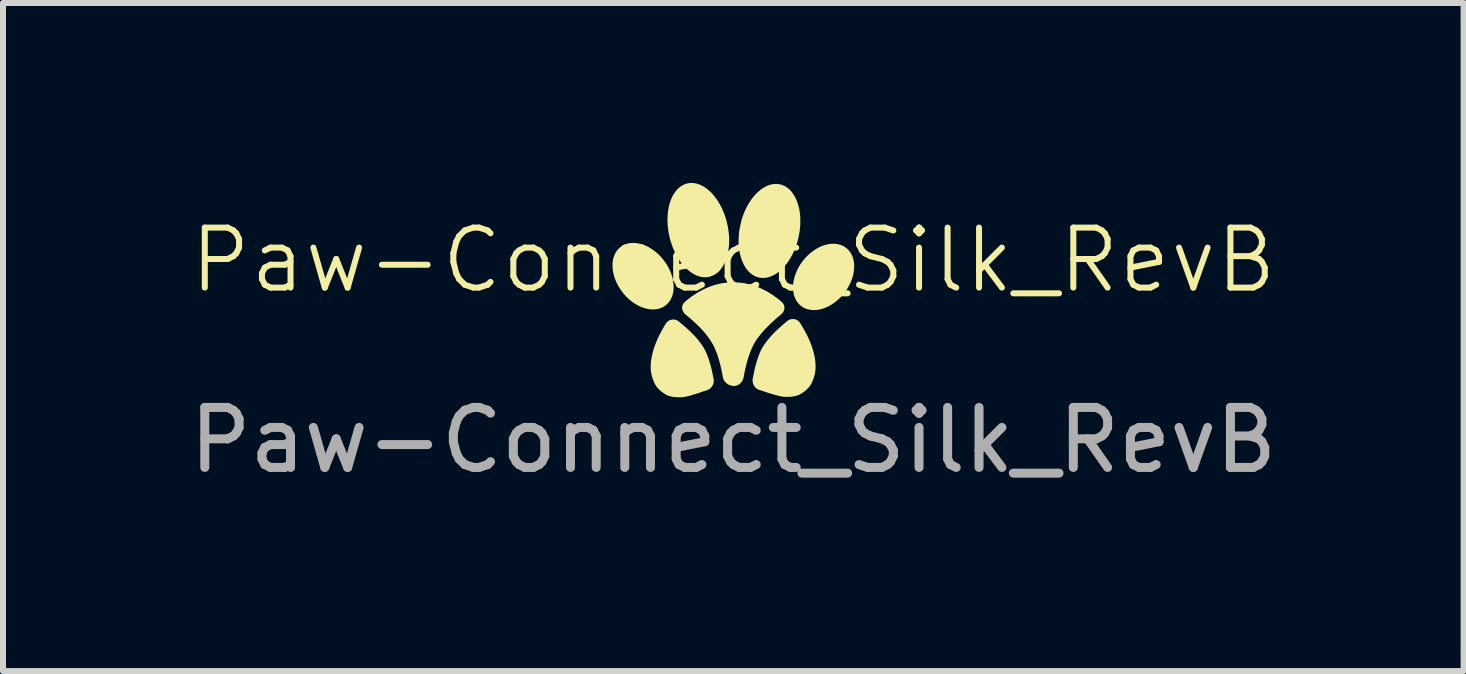
<source format=kicad_pcb>
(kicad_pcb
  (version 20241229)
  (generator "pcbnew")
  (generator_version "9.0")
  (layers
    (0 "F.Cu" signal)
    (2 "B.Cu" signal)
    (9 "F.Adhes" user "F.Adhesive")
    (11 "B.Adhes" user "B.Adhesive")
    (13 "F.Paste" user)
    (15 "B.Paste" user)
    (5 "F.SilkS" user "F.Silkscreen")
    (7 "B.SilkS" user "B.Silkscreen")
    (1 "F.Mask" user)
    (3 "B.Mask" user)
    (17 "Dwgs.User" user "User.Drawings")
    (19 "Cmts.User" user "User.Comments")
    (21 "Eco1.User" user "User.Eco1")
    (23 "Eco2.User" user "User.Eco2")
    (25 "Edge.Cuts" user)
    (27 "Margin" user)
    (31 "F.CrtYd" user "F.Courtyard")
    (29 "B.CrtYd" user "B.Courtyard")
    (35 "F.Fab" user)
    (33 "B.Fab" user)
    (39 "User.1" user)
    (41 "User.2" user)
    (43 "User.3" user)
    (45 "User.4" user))
  (footprint "Paw-Connect_Silk_RevB"
    (layer "F.Cu")
    (at 9.173 1.786)
    (property "Reference" "Paw-Connect_Silk_RevB" (at 0 -0.5 0) (unlocked yes) (layer "F.SilkS") (effects (font (size 1 1) (thickness 0.1))))
    (attr board_only exclude_from_pos_files exclude_from_bom allow_missing_courtyard)
    (fp_poly (pts (xy -0.681 -1.786) (xy -0.656 -1.784) (xy -0.63 -1.78) (xy -0.605 -1.774) (xy -0.58 -1.766) (xy -0.555 -1.757) (xy -0.53 -1.745) (xy -0.506 -1.732) (xy -0.481 -1.718) (xy -0.457 -1.701) (xy -0.433 -1.683) (xy -0.41 -1.664) (xy -0.387 -1.643) (xy -0.364 -1.621) (xy -0.342 -1.597) (xy -0.321 -1.571) (xy -0.3 -1.545) (xy -0.279 -1.517) (xy -0.26 -1.488) (xy -0.241 -1.457) (xy -0.223 -1.426) (xy -0.205 -1.393) (xy -0.188 -1.359) (xy -0.173 -1.324) (xy -0.158 -1.288) (xy -0.144 -1.251) (xy -0.131 -1.213) (xy -0.119 -1.174) (xy -0.109 -1.135) (xy -0.091 -1.055) (xy -0.079 -0.976) (xy -0.071 -0.898) (xy -0.069 -0.823) (xy -0.072 -0.749) (xy -0.08 -0.679) (xy -0.092 -0.612) (xy -0.108 -0.548) (xy -0.13 -0.488) (xy -0.155 -0.434) (xy -0.184 -0.384) (xy -0.217 -0.339) (xy -0.235 -0.319) (xy -0.254 -0.301) (xy -0.274 -0.284) (xy -0.295 -0.269) (xy -0.317 -0.256) (xy -0.339 -0.244) (xy -0.363 -0.234) (xy -0.387 -0.226) (xy -0.412 -0.22) (xy -0.436 -0.217) (xy -0.461 -0.215) (xy -0.487 -0.215) (xy -0.512 -0.217) (xy -0.537 -0.221) (xy -0.562 -0.227) (xy -0.587 -0.235) (xy -0.612 -0.244) (xy -0.637 -0.256) (xy -0.662 -0.269) (xy -0.686 -0.283) (xy -0.71 -0.3) (xy -0.734 -0.318) (xy -0.758 -0.337) (xy -0.781 -0.358) (xy -0.803 -0.381) (xy -0.825 -0.404) (xy -0.847 -0.43) (xy -0.868 -0.456) (xy -0.888 -0.484) (xy -0.908 -0.513) (xy -0.927 -0.544) (xy -0.945 -0.576) (xy -0.962 -0.608) (xy -0.979 -0.642) (xy -0.995 -0.677) (xy -1.01 -0.713) (xy -1.023 -0.75) (xy -1.036 -0.788) (xy -1.048 -0.827) (xy -1.059 -0.866) (xy -1.077 -0.946) (xy -1.089 -1.025) (xy -1.096 -1.103) (xy -1.098 -1.178) (xy -1.095 -1.252) (xy -1.088 -1.322) (xy -1.076 -1.39) (xy -1.059 -1.453) (xy -1.038 -1.513) (xy -1.013 -1.568) (xy -0.983 -1.617) (xy -0.95 -1.662) (xy -0.932 -1.682) (xy -0.913 -1.7) (xy -0.893 -1.717) (xy -0.872 -1.732) (xy -0.851 -1.746) (xy -0.828 -1.757) (xy -0.805 -1.767) (xy -0.781 -1.775) (xy -0.756 -1.781) (xy -0.731 -1.785) (xy -0.706 -1.786)) (stroke (width 0) (type solid)) (fill yes) (layer "F.SilkS"))
    (fp_poly (pts (xy 0.727 -1.77) (xy 0.752 -1.767) (xy 0.777 -1.763) (xy 0.802 -1.757) (xy 0.826 -1.748) (xy 0.849 -1.738) (xy 0.872 -1.726) (xy 0.893 -1.712) (xy 0.914 -1.696) (xy 0.934 -1.679) (xy 0.953 -1.66) (xy 0.971 -1.64) (xy 1.004 -1.594) (xy 1.033 -1.544) (xy 1.058 -1.488) (xy 1.079 -1.428) (xy 1.096 -1.364) (xy 1.108 -1.297) (xy 1.115 -1.226) (xy 1.117 -1.153) (xy 1.115 -1.077) (xy 1.108 -1) (xy 1.095 -0.921) (xy 1.077 -0.842) (xy 1.066 -0.802) (xy 1.054 -0.764) (xy 1.041 -0.726) (xy 1.027 -0.689) (xy 1.012 -0.654) (xy 0.996 -0.619) (xy 0.98 -0.586) (xy 0.962 -0.553) (xy 0.944 -0.522) (xy 0.925 -0.492) (xy 0.905 -0.463) (xy 0.885 -0.436) (xy 0.864 -0.41) (xy 0.842 -0.385) (xy 0.82 -0.362) (xy 0.797 -0.34) (xy 0.774 -0.319) (xy 0.751 -0.3) (xy 0.727 -0.283) (xy 0.702 -0.267) (xy 0.678 -0.253) (xy 0.653 -0.241) (xy 0.628 -0.23) (xy 0.603 -0.221) (xy 0.578 -0.214) (xy 0.553 -0.208) (xy 0.528 -0.205) (xy 0.503 -0.203) (xy 0.478 -0.204) (xy 0.453 -0.206) (xy 0.428 -0.211) (xy 0.403 -0.217) (xy 0.379 -0.226) (xy 0.355 -0.236) (xy 0.333 -0.248) (xy 0.311 -0.262) (xy 0.291 -0.278) (xy 0.271 -0.295) (xy 0.252 -0.314) (xy 0.234 -0.334) (xy 0.201 -0.379) (xy 0.172 -0.43) (xy 0.147 -0.485) (xy 0.126 -0.545) (xy 0.109 -0.609) (xy 0.097 -0.677) (xy 0.09 -0.748) (xy 0.087 -0.821) (xy 0.09 -0.897) (xy 0.097 -0.974) (xy 0.11 -1.053) (xy 0.128 -1.132) (xy 0.128 -1.132) (xy 0.138 -1.171) (xy 0.15 -1.21) (xy 0.163 -1.248) (xy 0.177 -1.284) (xy 0.192 -1.32) (xy 0.208 -1.354) (xy 0.225 -1.388) (xy 0.242 -1.42) (xy 0.261 -1.451) (xy 0.28 -1.481) (xy 0.3 -1.51) (xy 0.32 -1.538) (xy 0.341 -1.564) (xy 0.363 -1.588) (xy 0.385 -1.612) (xy 0.408 -1.634) (xy 0.431 -1.654) (xy 0.454 -1.673) (xy 0.478 -1.691) (xy 0.502 -1.706) (xy 0.527 -1.72) (xy 0.551 -1.733) (xy 0.576 -1.744) (xy 0.601 -1.753) (xy 0.626 -1.76) (xy 0.652 -1.765) (xy 0.677 -1.769) (xy 0.702 -1.77)) (stroke (width 0) (type solid)) (fill yes) (layer "F.SilkS"))
    (fp_poly (pts (xy -1.655 -0.787) (xy -1.631 -0.785) (xy -1.607 -0.783) (xy -1.583 -0.779) (xy -1.559 -0.773) (xy -1.535 -0.767) (xy -1.51 -0.759) (xy -1.486 -0.75) (xy -1.461 -0.74) (xy -1.436 -0.729) (xy -1.412 -0.716) (xy -1.388 -0.702) (xy -1.363 -0.687) (xy -1.339 -0.671) (xy -1.316 -0.654) (xy -1.292 -0.635) (xy -1.269 -0.616) (xy -1.246 -0.595) (xy -1.224 -0.573) (xy -1.182 -0.526) (xy -1.144 -0.477) (xy -1.11 -0.427) (xy -1.081 -0.375) (xy -1.055 -0.323) (xy -1.034 -0.27) (xy -1.017 -0.216) (xy -1.005 -0.163) (xy -0.998 -0.111) (xy -0.995 -0.06) (xy -0.995 -0.035) (xy -0.997 -0.01) (xy -0.999 0.015) (xy -1.003 0.038) (xy -1.008 0.062) (xy -1.015 0.084) (xy -1.022 0.106) (xy -1.031 0.128) (xy -1.041 0.148) (xy -1.052 0.168) (xy -1.065 0.187) (xy -1.079 0.205) (xy -1.094 0.222) (xy -1.11 0.238) (xy -1.126 0.252) (xy -1.144 0.265) (xy -1.162 0.276) (xy -1.181 0.287) (xy -1.201 0.295) (xy -1.221 0.303) (xy -1.242 0.309) (xy -1.264 0.314) (xy -1.286 0.318) (xy -1.308 0.32) (xy -1.331 0.322) (xy -1.354 0.321) (xy -1.378 0.32) (xy -1.402 0.317) (xy -1.426 0.313) (xy -1.45 0.308) (xy -1.474 0.302) (xy -1.499 0.294) (xy -1.524 0.285) (xy -1.548 0.275) (xy -1.573 0.264) (xy -1.597 0.251) (xy -1.622 0.237) (xy -1.646 0.222) (xy -1.67 0.206) (xy -1.693 0.189) (xy -1.717 0.17) (xy -1.74 0.15) (xy -1.763 0.129) (xy -1.785 0.107) (xy -1.827 0.061) (xy -1.865 0.012) (xy -1.899 -0.038) (xy -1.929 -0.09) (xy -1.954 -0.142) (xy -1.975 -0.195) (xy -1.992 -0.249) (xy -2.004 -0.302) (xy -2.011 -0.354) (xy -2.014 -0.406) (xy -2.014 -0.431) (xy -2.013 -0.455) (xy -2.01 -0.48) (xy -2.006 -0.504) (xy -2.001 -0.527) (xy -1.994 -0.55) (xy -1.987 -0.572) (xy -1.978 -0.593) (xy -1.968 -0.614) (xy -1.957 -0.633) (xy -1.944 -0.652) (xy -1.93 -0.67) (xy -1.915 -0.687) (xy -1.899 -0.703) (xy -1.883 -0.717) (xy -1.865 -0.73) (xy -1.847 -0.742) (xy -1.828 -0.752) (xy -1.808 -0.761) (xy -1.788 -0.768) (xy -1.767 -0.775) (xy -1.745 -0.78) (xy -1.723 -0.783) (xy -1.701 -0.786) (xy -1.678 -0.787)) (stroke (width 0) (type solid)) (fill yes) (layer "F.SilkS"))
    (fp_poly (pts (xy 1.678 -0.773) (xy 1.701 -0.772) (xy 1.724 -0.769) (xy 1.746 -0.766) (xy 1.767 -0.76) (xy 1.788 -0.754) (xy 1.808 -0.746) (xy 1.828 -0.737) (xy 1.847 -0.727) (xy 1.865 -0.715) (xy 1.883 -0.702) (xy 1.9 -0.688) (xy 1.916 -0.672) (xy 1.931 -0.655) (xy 1.944 -0.637) (xy 1.957 -0.618) (xy 1.968 -0.598) (xy 1.978 -0.577) (xy 1.987 -0.556) (xy 1.995 -0.534) (xy 2.001 -0.511) (xy 2.006 -0.488) (xy 2.01 -0.464) (xy 2.013 -0.439) (xy 2.014 -0.415) (xy 2.014 -0.389) (xy 2.011 -0.338) (xy 2.004 -0.286) (xy 1.992 -0.233) (xy 1.975 -0.18) (xy 1.954 -0.127) (xy 1.928 -0.074) (xy 1.899 -0.023) (xy 1.865 0.027) (xy 1.827 0.075) (xy 1.784 0.122) (xy 1.762 0.144) (xy 1.739 0.164) (xy 1.716 0.184) (xy 1.693 0.202) (xy 1.669 0.219) (xy 1.645 0.235) (xy 1.621 0.25) (xy 1.596 0.264) (xy 1.572 0.276) (xy 1.547 0.287) (xy 1.523 0.297) (xy 1.498 0.306) (xy 1.474 0.314) (xy 1.449 0.32) (xy 1.425 0.325) (xy 1.401 0.329) (xy 1.377 0.331) (xy 1.354 0.332) (xy 1.33 0.332) (xy 1.308 0.331) (xy 1.285 0.328) (xy 1.263 0.324) (xy 1.242 0.319) (xy 1.221 0.313) (xy 1.2 0.305) (xy 1.181 0.296) (xy 1.162 0.286) (xy 1.143 0.274) (xy 1.126 0.261) (xy 1.109 0.247) (xy 1.093 0.231) (xy 1.078 0.214) (xy 1.064 0.196) (xy 1.052 0.177) (xy 1.04 0.157) (xy 1.03 0.136) (xy 1.022 0.115) (xy 1.014 0.092) (xy 1.008 0.07) (xy 1.003 0.046) (xy 0.999 0.023) (xy 0.996 -0.002) (xy 0.995 -0.027) (xy 0.994 -0.052) (xy 0.997 -0.103) (xy 1.005 -0.155) (xy 1.017 -0.208) (xy 1.034 -0.261) (xy 1.055 -0.314) (xy 1.08 -0.367) (xy 1.11 -0.418) (xy 1.144 -0.468) (xy 1.182 -0.517) (xy 1.224 -0.563) (xy 1.247 -0.585) (xy 1.269 -0.605) (xy 1.292 -0.625) (xy 1.316 -0.643) (xy 1.34 -0.661) (xy 1.364 -0.677) (xy 1.388 -0.691) (xy 1.412 -0.705) (xy 1.437 -0.717) (xy 1.461 -0.729) (xy 1.486 -0.738) (xy 1.51 -0.747) (xy 1.535 -0.755) (xy 1.559 -0.761) (xy 1.584 -0.766) (xy 1.608 -0.77) (xy 1.632 -0.772) (xy 1.655 -0.773)) (stroke (width 0) (type solid)) (fill yes) (layer "F.SilkS"))
    (fp_poly (pts (xy -0.996 0.489) (xy -0.988 0.49) (xy -0.981 0.491) (xy -0.974 0.492) (xy -0.967 0.494) (xy -0.96 0.496) (xy -0.953 0.498) (xy -0.946 0.501) (xy -0.939 0.504) (xy -0.932 0.507) (xy -0.926 0.511) (xy -0.919 0.516) (xy -0.913 0.52) (xy -0.913 0.52) (xy -0.913 0.52) (xy -0.913 0.52) (xy -0.913 0.52) (xy -0.913 0.52) (xy -0.913 0.52) (xy -0.913 0.52) (xy -0.913 0.52) (xy -0.913 0.52) (xy -0.913 0.52) (xy -0.913 0.52) (xy -0.913 0.52) (xy -0.913 0.52) (xy -0.913 0.52) (xy -0.913 0.52) (xy -0.913 0.52) (xy -0.913 0.52) (xy -0.913 0.52) (xy -0.913 0.52) (xy -0.881 0.547) (xy -0.848 0.573) (xy -0.816 0.601) (xy -0.784 0.629) (xy -0.753 0.657) (xy -0.722 0.686) (xy -0.692 0.716) (xy -0.662 0.746) (xy -0.639 0.77) (xy -0.614 0.798) (xy -0.588 0.829) (xy -0.563 0.861) (xy -0.538 0.894) (xy -0.526 0.911) (xy -0.515 0.927) (xy -0.504 0.943) (xy -0.495 0.959) (xy -0.486 0.974) (xy -0.478 0.989) (xy -0.464 1.017) (xy -0.451 1.046) (xy -0.438 1.075) (xy -0.427 1.105) (xy -0.416 1.135) (xy -0.405 1.165) (xy -0.387 1.226) (xy -0.37 1.289) (xy -0.355 1.352) (xy -0.342 1.415) (xy -0.329 1.479) (xy -0.328 1.486) (xy -0.327 1.494) (xy -0.326 1.502) (xy -0.326 1.51) (xy -0.326 1.518) (xy -0.327 1.526) (xy -0.328 1.533) (xy -0.329 1.541) (xy -0.33 1.548) (xy -0.332 1.555) (xy -0.335 1.563) (xy -0.337 1.57) (xy -0.34 1.577) (xy -0.343 1.583) (xy -0.35 1.596) (xy -0.359 1.609) (xy -0.368 1.62) (xy -0.378 1.631) (xy -0.389 1.641) (xy -0.395 1.645) (xy -0.401 1.649) (xy -0.408 1.653) (xy -0.414 1.657) (xy -0.421 1.66) (xy -0.428 1.663) (xy -0.435 1.666) (xy -0.442 1.669) (xy -0.49 1.684) (xy -0.537 1.7) (xy -0.633 1.732) (xy -0.68 1.746) (xy -0.728 1.76) (xy -0.752 1.766) (xy -0.777 1.772) (xy -0.801 1.777) (xy -0.825 1.781) (xy -0.84 1.783) (xy -0.856 1.785) (xy -0.873 1.786) (xy -0.891 1.786) (xy -0.909 1.786) (xy -0.928 1.786) (xy -0.947 1.785) (xy -0.967 1.783) (xy -0.986 1.781) (xy -1.005 1.779) (xy -1.024 1.775) (xy -1.042 1.771) (xy -1.059 1.767) (xy -1.076 1.762) (xy -1.091 1.756) (xy -1.106 1.75) (xy -1.118 1.744) (xy -1.13 1.737) (xy -1.142 1.73) (xy -1.154 1.723) (xy -1.165 1.715) (xy -1.177 1.707) (xy -1.188 1.699) (xy -1.199 1.691) (xy -1.209 1.682) (xy -1.22 1.672) (xy -1.23 1.663) (xy -1.24 1.653) (xy -1.25 1.643) (xy -1.259 1.633) (xy -1.268 1.622) (xy -1.277 1.611) (xy -1.287 1.598) (xy -1.296 1.583) (xy -1.305 1.567) (xy -1.314 1.55) (xy -1.322 1.532) (xy -1.33 1.513) (xy -1.338 1.494) (xy -1.345 1.474) (xy -1.351 1.454) (xy -1.357 1.434) (xy -1.362 1.414) (xy -1.366 1.394) (xy -1.37 1.375) (xy -1.373 1.357) (xy -1.375 1.339) (xy -1.377 1.322) (xy -1.378 1.291) (xy -1.377 1.259) (xy -1.376 1.228) (xy -1.373 1.196) (xy -1.369 1.165) (xy -1.365 1.134) (xy -1.359 1.103) (xy -1.352 1.072) (xy -1.344 1.041) (xy -1.336 1.011) (xy -1.327 0.98) (xy -1.317 0.95) (xy -1.295 0.89) (xy -1.271 0.832) (xy -1.257 0.8) (xy -1.241 0.766) (xy -1.223 0.73) (xy -1.203 0.693) (xy -1.183 0.656) (xy -1.164 0.621) (xy -1.144 0.588) (xy -1.126 0.559) (xy -1.124 0.557) (xy -1.123 0.555) (xy -1.123 0.555) (xy -1.122 0.554) (xy -1.118 0.547) (xy -1.113 0.541) (xy -1.108 0.535) (xy -1.103 0.53) (xy -1.097 0.525) (xy -1.091 0.52) (xy -1.085 0.516) (xy -1.079 0.511) (xy -1.073 0.508) (xy -1.066 0.504) (xy -1.06 0.501) (xy -1.053 0.498) (xy -1.046 0.496) (xy -1.039 0.494) (xy -1.032 0.492) (xy -1.025 0.491) (xy -1.018 0.49) (xy -1.01 0.49) (xy -1.003 0.489)) (stroke (width 0) (type solid)) (fill yes) (layer "F.SilkS"))
    (fp_poly (pts (xy 0.998 0.482) (xy 1.005 0.482) (xy 1.013 0.483) (xy 1.02 0.484) (xy 1.027 0.486) (xy 1.034 0.488) (xy 1.041 0.49) (xy 1.048 0.493) (xy 1.054 0.496) (xy 1.061 0.499) (xy 1.067 0.503) (xy 1.073 0.507) (xy 1.079 0.511) (xy 1.085 0.516) (xy 1.091 0.521) (xy 1.096 0.527) (xy 1.101 0.533) (xy 1.106 0.539) (xy 1.111 0.545) (xy 1.111 0.546) (xy 1.112 0.546) (xy 1.113 0.548) (xy 1.114 0.551) (xy 1.133 0.579) (xy 1.152 0.612) (xy 1.172 0.647) (xy 1.193 0.683) (xy 1.212 0.72) (xy 1.231 0.756) (xy 1.247 0.791) (xy 1.262 0.822) (xy 1.286 0.88) (xy 1.308 0.94) (xy 1.318 0.97) (xy 1.327 1) (xy 1.336 1.031) (xy 1.344 1.061) (xy 1.351 1.092) (xy 1.357 1.123) (xy 1.362 1.155) (xy 1.366 1.186) (xy 1.369 1.217) (xy 1.37 1.248) (xy 1.371 1.28) (xy 1.37 1.311) (xy 1.369 1.328) (xy 1.367 1.346) (xy 1.364 1.364) (xy 1.361 1.384) (xy 1.356 1.403) (xy 1.351 1.423) (xy 1.345 1.444) (xy 1.339 1.464) (xy 1.332 1.483) (xy 1.325 1.503) (xy 1.317 1.522) (xy 1.309 1.54) (xy 1.3 1.557) (xy 1.291 1.573) (xy 1.282 1.588) (xy 1.272 1.601) (xy 1.264 1.612) (xy 1.255 1.623) (xy 1.245 1.633) (xy 1.236 1.643) (xy 1.226 1.653) (xy 1.216 1.663) (xy 1.205 1.672) (xy 1.195 1.681) (xy 1.184 1.69) (xy 1.173 1.698) (xy 1.161 1.706) (xy 1.15 1.714) (xy 1.138 1.721) (xy 1.126 1.728) (xy 1.114 1.735) (xy 1.102 1.741) (xy 1.088 1.748) (xy 1.072 1.753) (xy 1.056 1.759) (xy 1.038 1.763) (xy 1.02 1.767) (xy 1.002 1.771) (xy 0.983 1.774) (xy 0.963 1.776) (xy 0.944 1.778) (xy 0.925 1.779) (xy 0.906 1.779) (xy 0.888 1.779) (xy 0.87 1.779) (xy 0.853 1.778) (xy 0.837 1.777) (xy 0.822 1.775) (xy 0.797 1.77) (xy 0.773 1.766) (xy 0.749 1.76) (xy 0.725 1.754) (xy 0.677 1.741) (xy 0.629 1.727) (xy 0.534 1.696) (xy 0.486 1.68) (xy 0.438 1.665) (xy 0.431 1.663) (xy 0.424 1.66) (xy 0.417 1.657) (xy 0.41 1.654) (xy 0.404 1.65) (xy 0.397 1.646) (xy 0.391 1.642) (xy 0.385 1.638) (xy 0.379 1.633) (xy 0.374 1.628) (xy 0.363 1.617) (xy 0.354 1.606) (xy 0.346 1.594) (xy 0.338 1.581) (xy 0.335 1.574) (xy 0.332 1.567) (xy 0.33 1.56) (xy 0.327 1.553) (xy 0.325 1.546) (xy 0.324 1.538) (xy 0.323 1.531) (xy 0.322 1.523) (xy 0.321 1.515) (xy 0.321 1.508) (xy 0.321 1.5) (xy 0.321 1.492) (xy 0.322 1.484) (xy 0.324 1.476) (xy 0.336 1.412) (xy 0.349 1.349) (xy 0.363 1.286) (xy 0.38 1.223) (xy 0.398 1.162) (xy 0.408 1.131) (xy 0.419 1.101) (xy 0.43 1.072) (xy 0.442 1.042) (xy 0.455 1.013) (xy 0.469 0.985) (xy 0.477 0.97) (xy 0.486 0.955) (xy 0.495 0.939) (xy 0.506 0.923) (xy 0.517 0.907) (xy 0.529 0.89) (xy 0.553 0.857) (xy 0.579 0.824) (xy 0.604 0.794) (xy 0.629 0.765) (xy 0.651 0.741) (xy 0.681 0.71) (xy 0.711 0.68) (xy 0.742 0.651) (xy 0.773 0.623) (xy 0.805 0.594) (xy 0.837 0.567) (xy 0.869 0.54) (xy 0.901 0.513) (xy 0.901 0.513) (xy 0.901 0.513) (xy 0.901 0.513) (xy 0.901 0.513) (xy 0.901 0.513) (xy 0.901 0.513) (xy 0.901 0.513) (xy 0.901 0.513) (xy 0.901 0.513) (xy 0.901 0.513) (xy 0.901 0.513) (xy 0.901 0.513) (xy 0.901 0.513) (xy 0.901 0.513) (xy 0.901 0.513) (xy 0.901 0.513) (xy 0.901 0.513) (xy 0.901 0.513) (xy 0.901 0.513) (xy 0.901 0.513) (xy 0.908 0.508) (xy 0.914 0.504) (xy 0.92 0.5) (xy 0.927 0.497) (xy 0.934 0.493) (xy 0.941 0.491) (xy 0.948 0.488) (xy 0.955 0.486) (xy 0.962 0.484) (xy 0.969 0.483) (xy 0.976 0.482) (xy 0.984 0.482) (xy 0.991 0.482)) (stroke (width 0) (type solid)) (fill yes) (layer "F.SilkS"))
    (fp_poly (pts (xy 0.042 -0.128) (xy 0.083 -0.127) (xy 0.122 -0.124) (xy 0.157 -0.119) (xy 0.201 -0.112) (xy 0.246 -0.102) (xy 0.289 -0.091) (xy 0.333 -0.078) (xy 0.375 -0.063) (xy 0.418 -0.047) (xy 0.46 -0.029) (xy 0.501 -0.009) (xy 0.542 0.012) (xy 0.582 0.034) (xy 0.621 0.058) (xy 0.66 0.083) (xy 0.697 0.11) (xy 0.735 0.138) (xy 0.771 0.166) (xy 0.806 0.197) (xy 0.812 0.202) (xy 0.818 0.208) (xy 0.823 0.214) (xy 0.828 0.22) (xy 0.832 0.226) (xy 0.836 0.232) (xy 0.839 0.239) (xy 0.842 0.246) (xy 0.845 0.252) (xy 0.847 0.259) (xy 0.849 0.266) (xy 0.85 0.273) (xy 0.851 0.28) (xy 0.851 0.287) (xy 0.851 0.294) (xy 0.851 0.301) (xy 0.851 0.308) (xy 0.85 0.315) (xy 0.848 0.322) (xy 0.846 0.329) (xy 0.844 0.336) (xy 0.841 0.343) (xy 0.839 0.35) (xy 0.835 0.357) (xy 0.832 0.363) (xy 0.827 0.37) (xy 0.823 0.376) (xy 0.818 0.382) (xy 0.813 0.388) (xy 0.808 0.394) (xy 0.802 0.399) (xy 0.796 0.404) (xy 0.765 0.43) (xy 0.735 0.455) (xy 0.705 0.481) (xy 0.676 0.508) (xy 0.646 0.535) (xy 0.617 0.562) (xy 0.589 0.59) (xy 0.56 0.618) (xy 0.536 0.643) (xy 0.51 0.672) (xy 0.482 0.703) (xy 0.455 0.736) (xy 0.428 0.769) (xy 0.403 0.803) (xy 0.391 0.819) (xy 0.38 0.834) (xy 0.371 0.85) (xy 0.362 0.864) (xy 0.343 0.897) (xy 0.326 0.931) (xy 0.31 0.966) (xy 0.294 1.001) (xy 0.28 1.037) (xy 0.267 1.073) (xy 0.254 1.109) (xy 0.243 1.146) (xy 0.221 1.221) (xy 0.203 1.296) (xy 0.186 1.373) (xy 0.172 1.449) (xy 0.17 1.457) (xy 0.168 1.465) (xy 0.166 1.473) (xy 0.163 1.48) (xy 0.161 1.488) (xy 0.157 1.495) (xy 0.154 1.502) (xy 0.15 1.509) (xy 0.146 1.516) (xy 0.142 1.522) (xy 0.138 1.528) (xy 0.133 1.534) (xy 0.129 1.54) (xy 0.124 1.546) (xy 0.118 1.551) (xy 0.113 1.556) (xy 0.108 1.561) (xy 0.102 1.565) (xy 0.096 1.57) (xy 0.09 1.574) (xy 0.084 1.577) (xy 0.078 1.581) (xy 0.071 1.584) (xy 0.065 1.587) (xy 0.058 1.589) (xy 0.052 1.592) (xy 0.045 1.593) (xy 0.038 1.595) (xy 0.031 1.596) (xy 0.024 1.597) (xy 0.017 1.597) (xy 0.01 1.598) (xy 0.002 1.597) (xy -0.006 1.597) (xy -0.014 1.596) (xy -0.022 1.594) (xy -0.03 1.593) (xy -0.038 1.591) (xy -0.046 1.589) (xy -0.053 1.586) (xy -0.061 1.583) (xy -0.068 1.58) (xy -0.075 1.577) (xy -0.083 1.573) (xy -0.089 1.569) (xy -0.096 1.565) (xy -0.103 1.56) (xy -0.109 1.556) (xy -0.115 1.55) (xy -0.121 1.545) (xy -0.127 1.54) (xy -0.132 1.534) (xy -0.138 1.528) (xy -0.142 1.522) (xy -0.147 1.515) (xy -0.151 1.509) (xy -0.156 1.502) (xy -0.159 1.495) (xy -0.163 1.488) (xy -0.166 1.481) (xy -0.169 1.473) (xy -0.171 1.465) (xy -0.173 1.457) (xy -0.175 1.449) (xy -0.188 1.378) (xy -0.203 1.306) (xy -0.22 1.235) (xy -0.239 1.165) (xy -0.249 1.13) (xy -0.261 1.095) (xy -0.272 1.061) (xy -0.285 1.028) (xy -0.299 0.994) (xy -0.313 0.962) (xy -0.329 0.929) (xy -0.345 0.897) (xy -0.353 0.883) (xy -0.362 0.867) (xy -0.373 0.851) (xy -0.384 0.834) (xy -0.407 0.8) (xy -0.433 0.766) (xy -0.459 0.732) (xy -0.486 0.7) (xy -0.512 0.671) (xy -0.535 0.645) (xy -0.566 0.613) (xy -0.598 0.582) (xy -0.63 0.551) (xy -0.663 0.521) (xy -0.696 0.491) (xy -0.729 0.462) (xy -0.763 0.434) (xy -0.797 0.406) (xy -0.803 0.4) (xy -0.809 0.395) (xy -0.815 0.389) (xy -0.82 0.383) (xy -0.825 0.377) (xy -0.829 0.371) (xy -0.833 0.364) (xy -0.837 0.358) (xy -0.84 0.351) (xy -0.843 0.345) (xy -0.846 0.338) (xy -0.848 0.331) (xy -0.85 0.324) (xy -0.852 0.317) (xy -0.853 0.31) (xy -0.853 0.302) (xy -0.854 0.295) (xy -0.854 0.288) (xy -0.853 0.281) (xy -0.852 0.274) (xy -0.851 0.267) (xy -0.849 0.26) (xy -0.847 0.253) (xy -0.845 0.246) (xy -0.842 0.24) (xy -0.838 0.233) (xy -0.835 0.227) (xy -0.83 0.221) (xy -0.826 0.214) (xy -0.821 0.209) (xy -0.815 0.203) (xy -0.809 0.197) (xy -0.774 0.167) (xy -0.738 0.138) (xy -0.701 0.11) (xy -0.663 0.084) (xy -0.624 0.058) (xy -0.585 0.034) (xy -0.545 0.012) (xy -0.504 -0.009) (xy -0.462 -0.029) (xy -0.421 -0.047) (xy -0.378 -0.063) (xy -0.335 -0.078) (xy -0.292 -0.091) (xy -0.248 -0.102) (xy -0.204 -0.112) (xy -0.159 -0.119) (xy -0.125 -0.123) (xy -0.086 -0.127) (xy -0.044 -0.128) (xy -0.001 -0.129)) (stroke (width 0) (type solid)) (fill yes) (layer "F.SilkS"))
    (fp_text user "${REFERENCE}" (at 0 2.5 0) (unlocked yes) (layer "F.Fab") (effects (font (size 1 1) (thickness 0.15)))))
  (gr_rect
    (start -3 -3)
    (end 21.345 8.135)
    (stroke (width 0.1) (type default))
    (fill no)
    (layer "Edge.Cuts")))
</source>
